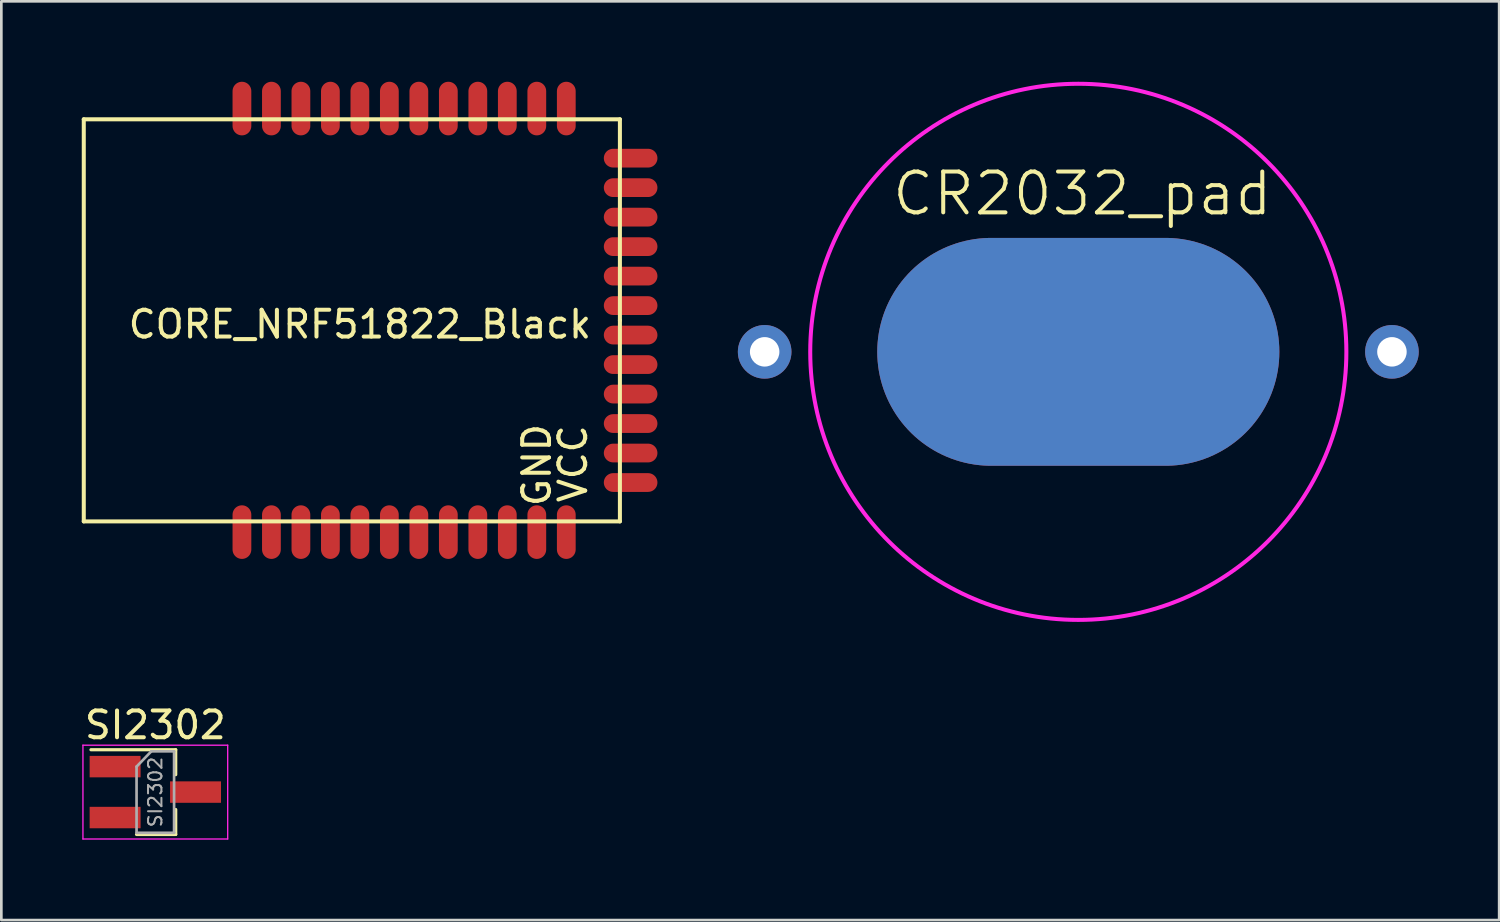
<source format=kicad_pcb>
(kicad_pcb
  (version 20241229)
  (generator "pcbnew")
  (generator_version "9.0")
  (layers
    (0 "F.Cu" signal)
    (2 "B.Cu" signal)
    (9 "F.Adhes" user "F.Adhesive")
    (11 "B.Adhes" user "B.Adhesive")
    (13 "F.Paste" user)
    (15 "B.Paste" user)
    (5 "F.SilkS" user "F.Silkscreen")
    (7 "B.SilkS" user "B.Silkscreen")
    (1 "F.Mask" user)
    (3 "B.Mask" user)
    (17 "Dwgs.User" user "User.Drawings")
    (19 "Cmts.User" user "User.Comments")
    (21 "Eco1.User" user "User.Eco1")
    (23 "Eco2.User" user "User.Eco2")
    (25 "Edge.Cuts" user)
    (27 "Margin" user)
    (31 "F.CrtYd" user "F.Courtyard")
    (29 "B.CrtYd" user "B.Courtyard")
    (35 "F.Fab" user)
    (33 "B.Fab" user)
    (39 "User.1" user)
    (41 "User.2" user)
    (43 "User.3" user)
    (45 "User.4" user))
  (footprint "CR2032_pad"
    (layer "F.Cu")
    (at 37.175 10.075)
    (property "Reference" "CR2032_pad" (at 0.15 -5.9 0) (layer "F.SilkS") (effects (font (size 1.524 1.524) (thickness 0.15))))
    (attr smd)
    (fp_circle (center 0 0) (end 10 0) (stroke (width 0.15) (type solid)) (fill no) (layer "F.CrtYd"))
    (pad "1" smd oval (at 0 0) (size 15 8.5) (layers "F.Cu" "F.Mask" "F.Paste"))
    (pad "1" thru_hole circle (at 11.7 0) (size 2 2) (drill 1.1) (layers "*.Cu" "*.Paste" "*.Mask"))
    (pad "2" thru_hole circle (at -11.7 0) (size 2 2) (drill 1.1) (layers "*.Cu" "*.Paste" "*.Mask"))
    (pad "2" smd oval (at 0 0) (size 15 8.5) (layers "B.Cu" "B.Mask" "B.Paste")))
  (footprint "CORE_NRF51822_Black"
    (layer "F.Cu")
    (at 10.075 8.9)
    (property "Reference" "CORE_NRF51822_Black" (at 0.3 0.15 0) (layer "F.SilkS") (effects (font (size 1 1) (thickness 0.15))))
    (attr through_hole)
    (fp_line (start -10 -7.5) (end -10 7.5) (stroke (width 0.15) (type solid)) (layer "F.SilkS"))
    (fp_line (start -10 7.5) (end 10 7.5) (stroke (width 0.15) (type solid)) (layer "F.SilkS"))
    (fp_line (start 10 -7.5) (end -10 -7.5) (stroke (width 0.15) (type solid)) (layer "F.SilkS"))
    (fp_line (start 10 0) (end 10 -7.5) (stroke (width 0.15) (type solid)) (layer "F.SilkS"))
    (fp_line (start 10 7.5) (end 10 0) (stroke (width 0.15) (type solid)) (layer "F.SilkS"))
    (fp_text user "GND" (at 6.9 5.4 90) (layer "F.SilkS") (effects (font (size 1 1) (thickness 0.15))))
    (fp_text user "VCC" (at 8.25 5.35 90) (layer "F.SilkS") (effects (font (size 1 1) (thickness 0.15))))
    (pad "GND" smd oval (at -4.1 7.9 90) (size 2 0.7) (layers "F.Cu" "F.Mask" "F.Paste"))
    (pad "GND" smd oval (at 6.9 7.9 90) (size 2 0.7) (layers "F.Cu" "F.Mask" "F.Paste"))
    (pad "NC" smd oval (at 2.5 7.9 90) (size 2 0.7) (layers "F.Cu" "F.Mask" "F.Paste"))
    (pad "NC" smd oval (at 3.6 7.9 90) (size 2 0.7) (layers "F.Cu" "F.Mask" "F.Paste"))
    (pad "P00" smd oval (at 10.4 4.95) (size 2 0.7) (layers "F.Cu" "F.Mask" "F.Paste"))
    (pad "P01" smd oval (at 10.4 3.85) (size 2 0.7) (layers "F.Cu" "F.Mask" "F.Paste"))
    (pad "P02" smd oval (at 10.4 2.75) (size 2 0.7) (layers "F.Cu" "F.Mask" "F.Paste"))
    (pad "P03" smd oval (at 10.4 1.65) (size 2 0.7) (layers "F.Cu" "F.Mask" "F.Paste"))
    (pad "P04" smd oval (at 10.4 0.55) (size 2 0.7) (layers "F.Cu" "F.Mask" "F.Paste"))
    (pad "P05" smd oval (at 10.4 -0.55) (size 2 0.7) (layers "F.Cu" "F.Mask" "F.Paste"))
    (pad "P06" smd oval (at 10.4 -1.65) (size 2 0.7) (layers "F.Cu" "F.Mask" "F.Paste"))
    (pad "P07" smd oval (at 10.4 -2.75) (size 2 0.7) (layers "F.Cu" "F.Mask" "F.Paste"))
    (pad "P08" smd oval (at 10.4 -3.85) (size 2 0.7) (layers "F.Cu" "F.Mask" "F.Paste"))
    (pad "P09" smd oval (at 10.4 -4.95) (size 2 0.7) (layers "F.Cu" "F.Mask" "F.Paste"))
    (pad "P10" smd oval (at 10.4 -6.05) (size 2 0.7) (layers "F.Cu" "F.Mask" "F.Paste"))
    (pad "P11" smd oval (at 8 -7.9 90) (size 2 0.7) (layers "F.Cu" "F.Mask" "F.Paste"))
    (pad "P12" smd oval (at 6.9 -7.9 90) (size 2 0.7) (layers "F.Cu" "F.Mask" "F.Paste"))
    (pad "P13" smd oval (at 5.8 -7.9 90) (size 2 0.7) (layers "F.Cu" "F.Mask" "F.Paste"))
    (pad "P14" smd oval (at 4.7 -7.9 90) (size 2 0.7) (layers "F.Cu" "F.Mask" "F.Paste"))
    (pad "P15" smd oval (at 3.6 -7.9 90) (size 2 0.7) (layers "F.Cu" "F.Mask" "F.Paste"))
    (pad "P16" smd oval (at 2.5 -7.9 270) (size 2 0.7) (layers "F.Cu" "F.Mask" "F.Paste"))
    (pad "P17" smd oval (at -0.8 -7.9 90) (size 2 0.7) (layers "F.Cu" "F.Mask" "F.Paste"))
    (pad "P18" smd oval (at -1.9 -7.9 90) (size 2 0.7) (layers "F.Cu" "F.Mask" "F.Paste"))
    (pad "P19" smd oval (at -3 -7.9 90) (size 2 0.7) (layers "F.Cu" "F.Mask" "F.Paste"))
    (pad "P20" smd oval (at -4.1 -7.9 90) (size 2 0.7) (layers "F.Cu" "F.Mask" "F.Paste"))
    (pad "P21" smd oval (at -3 7.9 90) (size 2 0.7) (layers "F.Cu" "F.Mask" "F.Paste"))
    (pad "P22" smd oval (at -1.9 7.9 90) (size 2 0.7) (layers "F.Cu" "F.Mask" "F.Paste"))
    (pad "P23" smd oval (at -0.8 7.9 90) (size 2 0.7) (layers "F.Cu" "F.Mask" "F.Paste"))
    (pad "P24" smd oval (at 0.3 7.9 90) (size 2 0.7) (layers "F.Cu" "F.Mask" "F.Paste"))
    (pad "P25" smd oval (at 1.4 7.9 90) (size 2 0.7) (layers "F.Cu" "F.Mask" "F.Paste"))
    (pad "P28" smd oval (at 4.7 7.9 90) (size 2 0.7) (layers "F.Cu" "F.Mask" "F.Paste"))
    (pad "P29" smd oval (at 5.8 7.9 90) (size 2 0.7) (layers "F.Cu" "F.Mask" "F.Paste"))
    (pad "P30" smd oval (at 10.4 6.05) (size 2 0.7) (layers "F.Cu" "F.Mask" "F.Paste"))
    (pad "SCK" smd oval (at 0.3 -7.9 90) (size 2 0.7) (layers "F.Cu" "F.Mask" "F.Paste"))
    (pad "SWD" smd oval (at 1.4 -7.9 90) (size 2 0.7) (layers "F.Cu" "F.Mask" "F.Paste"))
    (pad "VCC" smd oval (at 8 7.9 90) (size 2 0.7) (layers "F.Cu" "F.Mask" "F.Paste")))
  (footprint "SI2302"
    (layer "F.Cu")
    (at 2.744 26.498)
    (property "Reference" "SI2302" (at 0 -2.5 0) (layer "F.SilkS") (effects (font (size 1 1) (thickness 0.15))))
    (attr smd)
    (fp_line (start 0.76 -1.58) (end -2.4 -1.58) (stroke (width 0.12) (type solid)) (layer "F.SilkS"))
    (fp_line (start 0.76 -1.58) (end 0.76 -0.65) (stroke (width 0.12) (type solid)) (layer "F.SilkS"))
    (fp_line (start 0.76 1.58) (end -0.7 1.58) (stroke (width 0.12) (type solid)) (layer "F.SilkS"))
    (fp_line (start 0.76 1.58) (end 0.76 0.65) (stroke (width 0.12) (type solid)) (layer "F.SilkS"))
    (fp_line (start -2.7 -1.75) (end 2.7 -1.75) (stroke (width 0.05) (type solid)) (layer "F.CrtYd"))
    (fp_line (start -2.7 1.75) (end -2.7 -1.75) (stroke (width 0.05) (type solid)) (layer "F.CrtYd"))
    (fp_line (start 2.7 -1.75) (end 2.7 1.75) (stroke (width 0.05) (type solid)) (layer "F.CrtYd"))
    (fp_line (start 2.7 1.75) (end -2.7 1.75) (stroke (width 0.05) (type solid)) (layer "F.CrtYd"))
    (fp_line (start -0.7 -0.95) (end -0.7 1.5) (stroke (width 0.1) (type solid)) (layer "F.Fab"))
    (fp_line (start -0.7 -0.95) (end -0.15 -1.52) (stroke (width 0.1) (type solid)) (layer "F.Fab"))
    (fp_line (start -0.7 1.52) (end 0.7 1.52) (stroke (width 0.1) (type solid)) (layer "F.Fab"))
    (fp_line (start -0.15 -1.52) (end 0.7 -1.52) (stroke (width 0.1) (type solid)) (layer "F.Fab"))
    (fp_line (start 0.7 -1.52) (end 0.7 1.52) (stroke (width 0.1) (type solid)) (layer "F.Fab"))
    (fp_text user "${REFERENCE}" (at 0 0 90) (layer "F.Fab") (effects (font (size 0.5 0.5) (thickness 0.075))))
    (pad "1" smd rect (at -1.5 0.95) (size 1.9 0.8) (layers "F.Cu" "F.Mask" "F.Paste"))
    (pad "2" smd rect (at -1.5 -0.95) (size 1.9 0.8) (layers "F.Cu" "F.Mask" "F.Paste"))
    (pad "3" smd rect (at 1.5 0) (size 1.9 0.8) (layers "F.Cu" "F.Mask" "F.Paste")))
  (gr_rect
    (start -3 -3)
    (end 52.875 31.273)
    (stroke (width 0.1) (type default))
    (fill no)
    (layer "Edge.Cuts")))
</source>
